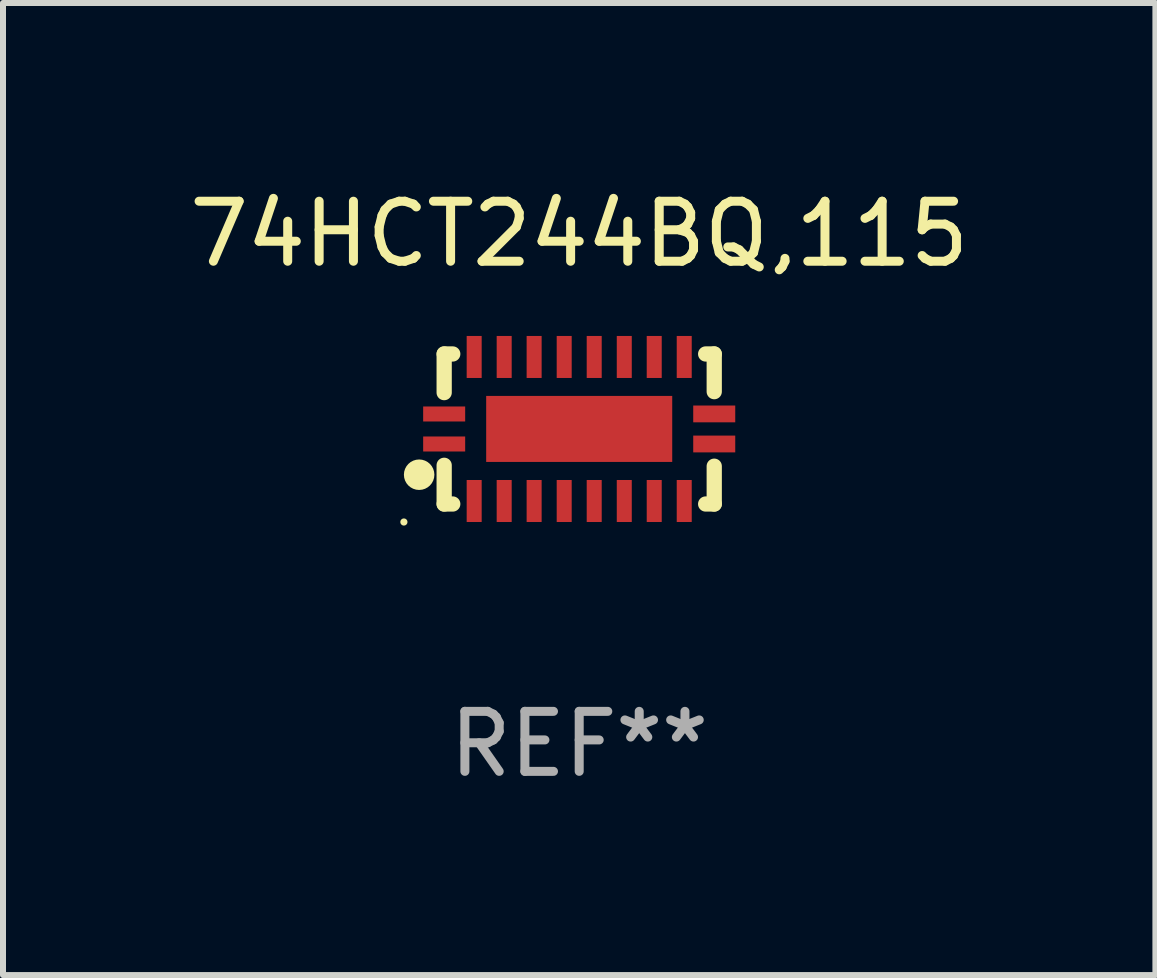
<source format=kicad_pcb>
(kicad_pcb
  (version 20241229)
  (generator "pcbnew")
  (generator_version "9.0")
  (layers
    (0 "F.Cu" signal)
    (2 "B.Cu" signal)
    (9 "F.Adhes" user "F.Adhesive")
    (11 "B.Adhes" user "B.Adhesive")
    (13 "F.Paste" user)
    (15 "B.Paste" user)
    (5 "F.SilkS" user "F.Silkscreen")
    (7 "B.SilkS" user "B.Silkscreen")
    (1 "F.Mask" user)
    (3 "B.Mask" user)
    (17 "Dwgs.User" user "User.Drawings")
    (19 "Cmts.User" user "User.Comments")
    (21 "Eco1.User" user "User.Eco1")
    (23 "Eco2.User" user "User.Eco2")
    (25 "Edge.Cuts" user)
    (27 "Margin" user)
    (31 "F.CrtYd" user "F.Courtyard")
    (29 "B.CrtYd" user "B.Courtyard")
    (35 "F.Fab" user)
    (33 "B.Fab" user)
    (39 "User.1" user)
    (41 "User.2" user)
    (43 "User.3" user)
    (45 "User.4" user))
  (footprint "74HCT244BQ,115"
    (layer "F.Cu")
    (at 6.601 4.098)
    (property "Reference" "74HCT244BQ,115" (at 0 -3.25 0) (layer "F.SilkS") (effects (font (size 1 1) (thickness 0.15))))
    (attr through_hole)
    (fp_line (start -2.25 0.605) (end -2.25 1.25) (stroke (width 0.254) (type solid)) (layer "F.SilkS"))
    (fp_line (start -2.25 1.25) (end -2.107 1.25) (stroke (width 0.254) (type solid)) (layer "F.SilkS"))
    (fp_line (start -2.25 -1.25) (end -2.25 -0.606) (stroke (width 0.254) (type solid)) (layer "F.SilkS"))
    (fp_line (start -2.25 -1.25) (end -2.107 -1.25) (stroke (width 0.254) (type solid)) (layer "F.SilkS"))
    (fp_line (start 2.107 -1.25) (end 2.25 -1.25) (stroke (width 0.254) (type solid)) (layer "F.SilkS"))
    (fp_line (start 2.107 1.25) (end 2.25 1.25) (stroke (width 0.254) (type solid)) (layer "F.SilkS"))
    (fp_line (start 2.25 -1.25) (end 2.25 -0.622) (stroke (width 0.254) (type solid)) (layer "F.SilkS"))
    (fp_line (start 2.25 0.62) (end 2.25 1.25) (stroke (width 0.254) (type solid)) (layer "F.SilkS"))
    (fp_circle (center -2.921 1.55) (end -2.891 1.55) (stroke (width 0.06) (type solid)) (fill no) (layer "F.SilkS"))
    (fp_circle (center -2.667 0.762) (end -2.54 0.762) (stroke (width 0.254) (type solid)) (fill no) (layer "F.SilkS"))
    (fp_text user "REF**" (at 0 5.25 0) (layer "F.Fab") (effects (font (size 1 1) (thickness 0.15))))
    (pad "1" smd rect (at -2.25 0.25 180) (size 0.7 0.25) (layers "F.Cu" "F.Mask" "F.Paste"))
    (pad "2" smd rect (at -1.75 1.2 90) (size 0.7 0.25) (layers "F.Cu" "F.Mask" "F.Paste"))
    (pad "3" smd rect (at -1.25 1.2 90) (size 0.7 0.25) (layers "F.Cu" "F.Mask" "F.Paste"))
    (pad "4" smd rect (at -0.751 1.2 90) (size 0.7 0.25) (layers "F.Cu" "F.Mask" "F.Paste"))
    (pad "5" smd rect (at -0.25 1.2 90) (size 0.7 0.25) (layers "F.Cu" "F.Mask" "F.Paste"))
    (pad "6" smd rect (at 0.25 1.2 90) (size 0.7 0.25) (layers "F.Cu" "F.Mask" "F.Paste"))
    (pad "7" smd rect (at 0.751 1.2 90) (size 0.7 0.25) (layers "F.Cu" "F.Mask" "F.Paste"))
    (pad "8" smd rect (at 1.25 1.2 90) (size 0.7 0.25) (layers "F.Cu" "F.Mask" "F.Paste"))
    (pad "9" smd rect (at 1.75 1.2 90) (size 0.7 0.25) (layers "F.Cu" "F.Mask" "F.Paste"))
    (pad "10" smd rect (at 2.25 0.25 180) (size 0.7 0.28) (layers "F.Cu" "F.Mask" "F.Paste"))
    (pad "11" smd rect (at 2.25 -0.251 180) (size 0.7 0.28) (layers "F.Cu" "F.Mask" "F.Paste"))
    (pad "12" smd rect (at 1.75 -1.2 90) (size 0.7 0.25) (layers "F.Cu" "F.Mask" "F.Paste"))
    (pad "13" smd rect (at 1.25 -1.2 90) (size 0.7 0.25) (layers "F.Cu" "F.Mask" "F.Paste"))
    (pad "14" smd rect (at 0.751 -1.2 90) (size 0.7 0.25) (layers "F.Cu" "F.Mask" "F.Paste"))
    (pad "15" smd rect (at 0.25 -1.2 90) (size 0.7 0.25) (layers "F.Cu" "F.Mask" "F.Paste"))
    (pad "16" smd rect (at -0.25 -1.2 90) (size 0.7 0.25) (layers "F.Cu" "F.Mask" "F.Paste"))
    (pad "17" smd rect (at -0.751 -1.2 90) (size 0.7 0.25) (layers "F.Cu" "F.Mask" "F.Paste"))
    (pad "18" smd rect (at -1.25 -1.2 90) (size 0.7 0.25) (layers "F.Cu" "F.Mask" "F.Paste"))
    (pad "19" smd rect (at -1.75 -1.2 90) (size 0.7 0.25) (layers "F.Cu" "F.Mask" "F.Paste"))
    (pad "20" smd rect (at -2.25 -0.25 180) (size 0.7 0.25) (layers "F.Cu" "F.Mask" "F.Paste"))
    (pad "21" smd rect (at 0 -0.001 180) (size 3.1 1.1) (layers "F.Cu" "F.Mask" "F.Paste")))
  (gr_rect
    (start -3 -3)
    (end 16.202 13.197)
    (stroke (width 0.1) (type default))
    (fill no)
    (layer "Edge.Cuts")))
</source>
